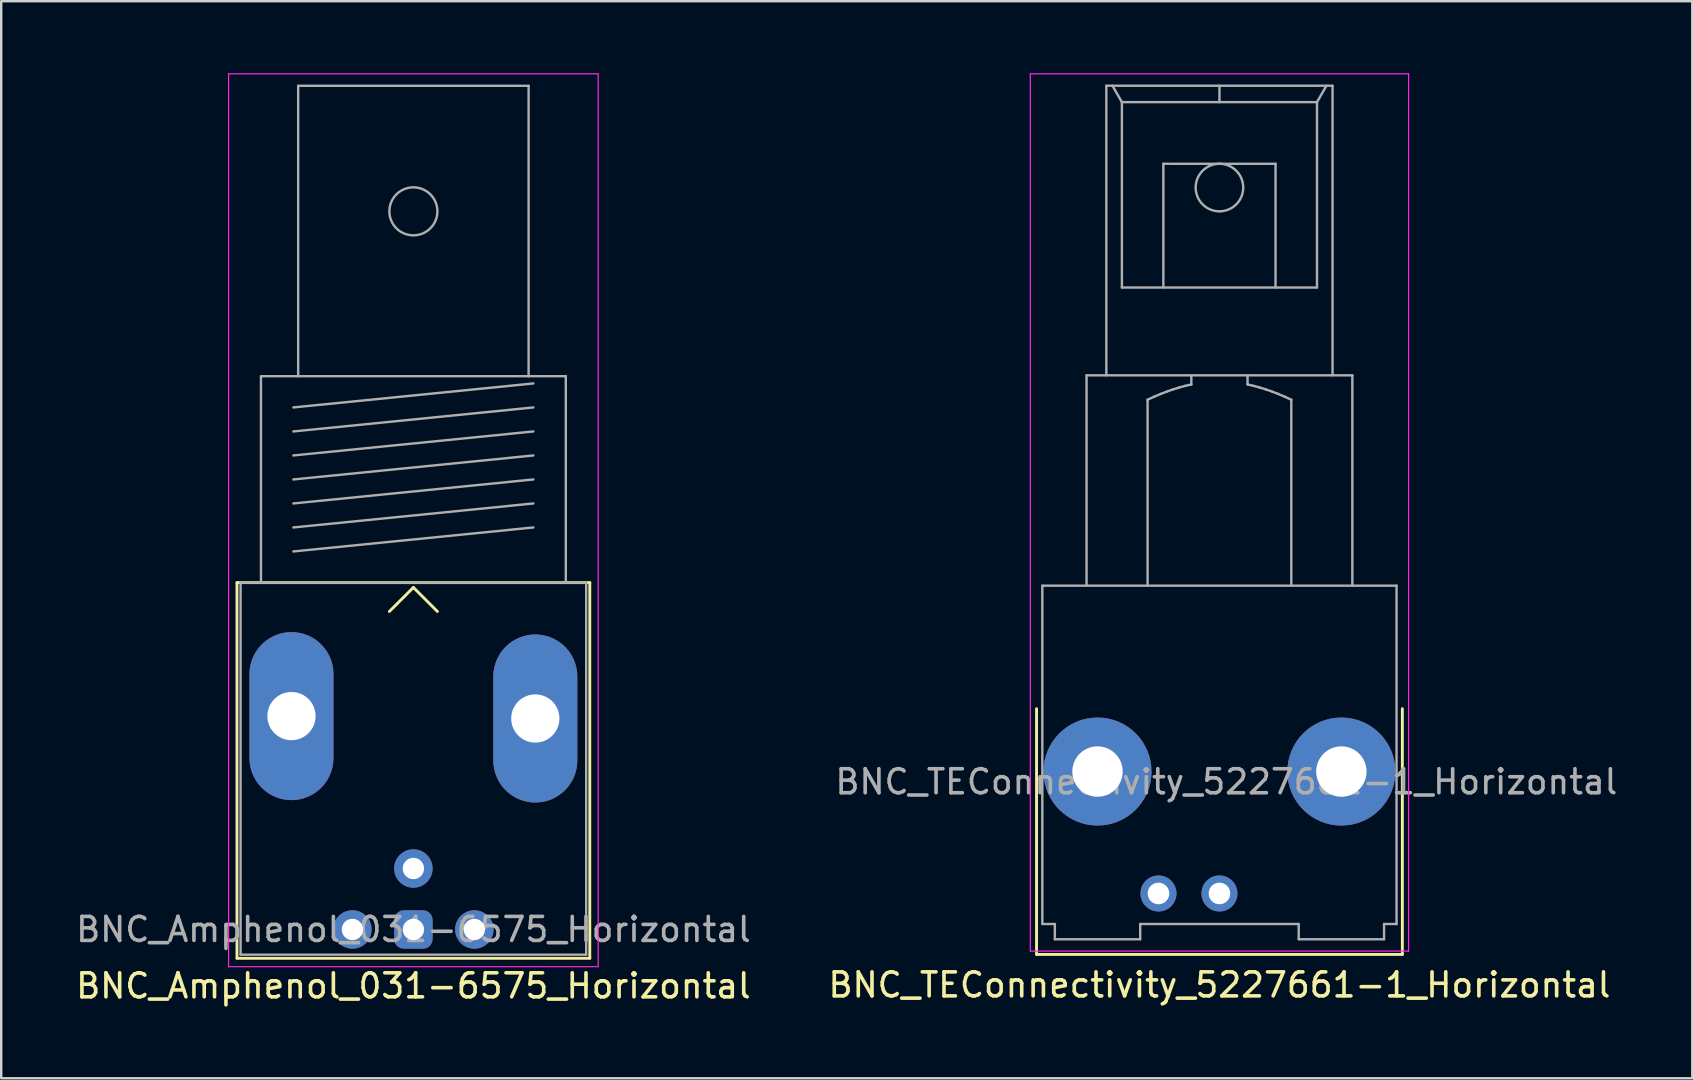
<source format=kicad_pcb>
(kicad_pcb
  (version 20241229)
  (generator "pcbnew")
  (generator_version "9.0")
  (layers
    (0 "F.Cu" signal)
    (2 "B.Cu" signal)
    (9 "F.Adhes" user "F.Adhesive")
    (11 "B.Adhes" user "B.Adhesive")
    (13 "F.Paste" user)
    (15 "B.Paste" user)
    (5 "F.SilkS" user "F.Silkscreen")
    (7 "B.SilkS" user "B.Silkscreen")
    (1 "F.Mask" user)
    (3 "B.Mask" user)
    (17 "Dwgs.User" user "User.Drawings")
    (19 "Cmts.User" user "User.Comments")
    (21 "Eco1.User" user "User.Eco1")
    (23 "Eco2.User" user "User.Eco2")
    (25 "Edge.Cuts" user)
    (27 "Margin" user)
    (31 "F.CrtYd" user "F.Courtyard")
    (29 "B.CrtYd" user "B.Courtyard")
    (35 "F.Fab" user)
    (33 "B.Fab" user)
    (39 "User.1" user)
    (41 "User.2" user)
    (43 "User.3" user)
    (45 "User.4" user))
  (footprint "BNC_TEConnectivity_5227661-1_Horizontal"
    (layer "F.Cu")
    (at 47.756 34.175)
    (property "Reference" "BNC_TEConnectivity_5227661-1_Horizontal" (at 0 3.81 0) (layer "F.SilkS") (effects (font (size 1 1) (thickness 0.15))))
    (attr through_hole)
    (fp_line (start -7.62 -7.7) (end -7.62 2.54) (stroke (width 0.12) (type solid)) (layer "F.SilkS"))
    (fp_line (start -7.62 2.54) (end 7.62 2.54) (stroke (width 0.12) (type solid)) (layer "F.SilkS"))
    (fp_line (start 7.62 2.54) (end 7.62 -7.7) (stroke (width 0.12) (type solid)) (layer "F.SilkS"))
    (fp_line (start -7.88 2.4) (end -7.88 -34.15) (stroke (width 0.05) (type solid)) (layer "F.CrtYd"))
    (fp_line (start 7.88 -34.15) (end -7.88 -34.15) (stroke (width 0.05) (type solid)) (layer "F.CrtYd"))
    (fp_line (start 7.88 2.4) (end -7.88 2.4) (stroke (width 0.05) (type solid)) (layer "F.CrtYd"))
    (fp_line (start 7.88 2.4) (end 7.88 -34.15) (stroke (width 0.05) (type solid)) (layer "F.CrtYd"))
    (fp_line (start -7.379 1.272) (end -7.379 -12.825) (stroke (width 0.1) (type solid)) (layer "F.Fab"))
    (fp_line (start -6.858 1.272) (end -7.379 1.272) (stroke (width 0.1) (type solid)) (layer "F.Fab"))
    (fp_line (start -6.858 1.272) (end -6.858 1.907) (stroke (width 0.1) (type solid)) (layer "F.Fab"))
    (fp_line (start -5.537 -21.588) (end -5.537 -12.825) (stroke (width 0.1) (type solid)) (layer "F.Fab"))
    (fp_line (start -5.537 -21.588) (end 5.537 -21.588) (stroke (width 0.1) (type solid)) (layer "F.Fab"))
    (fp_line (start -4.712 -33.653) (end -4.712 -21.588) (stroke (width 0.1) (type solid)) (layer "F.Fab"))
    (fp_line (start -4.712 -33.653) (end 4.712 -33.653) (stroke (width 0.1) (type solid)) (layer "F.Fab"))
    (fp_line (start -4.458 -33.653) (end -4.064 -32.971) (stroke (width 0.1) (type solid)) (layer "F.Fab"))
    (fp_line (start -4.064 -25.245) (end -4.064 -32.971) (stroke (width 0.1) (type solid)) (layer "F.Fab"))
    (fp_line (start -4.064 -25.245) (end 4.064 -25.245) (stroke (width 0.1) (type solid)) (layer "F.Fab"))
    (fp_line (start -3.302 1.272) (end -3.302 1.907) (stroke (width 0.1) (type solid)) (layer "F.Fab"))
    (fp_line (start -3.302 1.907) (end -6.858 1.907) (stroke (width 0.1) (type solid)) (layer "F.Fab"))
    (fp_line (start -2.994 -20.572) (end -2.994 -12.825) (stroke (width 0.1) (type solid)) (layer "F.Fab"))
    (fp_line (start -2.719 -20.697) (end -2.994 -20.572) (stroke (width 0.1) (type solid)) (layer "F.Fab"))
    (fp_line (start -2.45 -20.811) (end -2.719 -20.697) (stroke (width 0.1) (type solid)) (layer "F.Fab"))
    (fp_line (start -2.337 -30.402) (end 2.337 -30.401) (stroke (width 0.1) (type solid)) (layer "F.Fab"))
    (fp_line (start -2.337 -25.25) (end -2.337 -30.402) (stroke (width 0.1) (type solid)) (layer "F.Fab"))
    (fp_line (start -2.187 -20.913) (end -2.45 -20.811) (stroke (width 0.1) (type solid)) (layer "F.Fab"))
    (fp_line (start -1.929 -21.003) (end -2.187 -20.913) (stroke (width 0.1) (type solid)) (layer "F.Fab"))
    (fp_line (start -1.674 -21.082) (end -1.929 -21.003) (stroke (width 0.1) (type solid)) (layer "F.Fab"))
    (fp_line (start -1.421 -21.15) (end -1.674 -21.082) (stroke (width 0.1) (type solid)) (layer "F.Fab"))
    (fp_line (start -1.171 -21.588) (end -1.171 -21.207) (stroke (width 0.1) (type solid)) (layer "F.Fab"))
    (fp_line (start -1.171 -21.207) (end -1.421 -21.15) (stroke (width 0.1) (type solid)) (layer "F.Fab"))
    (fp_line (start 0 -33.653) (end 0 -32.971) (stroke (width 0.1) (type solid)) (layer "F.Fab"))
    (fp_line (start 1.171 -21.588) (end 1.171 -21.207) (stroke (width 0.1) (type solid)) (layer "F.Fab"))
    (fp_line (start 1.42 -21.15) (end 1.171 -21.207) (stroke (width 0.1) (type solid)) (layer "F.Fab"))
    (fp_line (start 1.671 -21.082) (end 1.42 -21.15) (stroke (width 0.1) (type solid)) (layer "F.Fab"))
    (fp_line (start 1.926 -21.004) (end 1.671 -21.082) (stroke (width 0.1) (type solid)) (layer "F.Fab"))
    (fp_line (start 2.184 -20.914) (end 1.926 -21.004) (stroke (width 0.1) (type solid)) (layer "F.Fab"))
    (fp_line (start 2.337 -25.25) (end 2.337 -30.402) (stroke (width 0.1) (type solid)) (layer "F.Fab"))
    (fp_line (start 2.448 -20.812) (end 2.184 -20.914) (stroke (width 0.1) (type solid)) (layer "F.Fab"))
    (fp_line (start 2.718 -20.698) (end 2.448 -20.812) (stroke (width 0.1) (type solid)) (layer "F.Fab"))
    (fp_line (start 2.994 -20.572) (end 2.718 -20.698) (stroke (width 0.1) (type solid)) (layer "F.Fab"))
    (fp_line (start 2.994 -20.572) (end 2.994 -12.825) (stroke (width 0.1) (type solid)) (layer "F.Fab"))
    (fp_line (start 3.302 1.272) (end -3.302 1.272) (stroke (width 0.1) (type solid)) (layer "F.Fab"))
    (fp_line (start 3.302 1.272) (end 3.302 1.907) (stroke (width 0.1) (type solid)) (layer "F.Fab"))
    (fp_line (start 4.064 -32.971) (end -4.064 -32.971) (stroke (width 0.1) (type solid)) (layer "F.Fab"))
    (fp_line (start 4.064 -32.971) (end 4.458 -33.653) (stroke (width 0.1) (type solid)) (layer "F.Fab"))
    (fp_line (start 4.064 -25.245) (end 4.064 -32.971) (stroke (width 0.1) (type solid)) (layer "F.Fab"))
    (fp_line (start 4.712 -33.653) (end 4.712 -21.588) (stroke (width 0.1) (type solid)) (layer "F.Fab"))
    (fp_line (start 5.537 -21.588) (end 5.537 -12.825) (stroke (width 0.1) (type solid)) (layer "F.Fab"))
    (fp_line (start 6.858 1.272) (end 6.858 1.907) (stroke (width 0.1) (type solid)) (layer "F.Fab"))
    (fp_line (start 6.858 1.907) (end 3.302 1.907) (stroke (width 0.1) (type solid)) (layer "F.Fab"))
    (fp_line (start 7.379 -12.825) (end -7.379 -12.825) (stroke (width 0.1) (type solid)) (layer "F.Fab"))
    (fp_line (start 7.379 -12.825) (end 7.379 1.272) (stroke (width 0.1) (type solid)) (layer "F.Fab"))
    (fp_line (start 7.379 1.272) (end 6.858 1.272) (stroke (width 0.1) (type solid)) (layer "F.Fab"))
    (fp_arc (start 0 -30.401499) (mid 0.990599 -29.4109) (end 0 -28.420301) (stroke (width 0.1) (type solid)) (layer "F.Fab"))
    (fp_arc (start 0 -28.4203) (mid -0.9906 -29.4109) (end 0 -30.4015) (stroke (width 0.1) (type solid)) (layer "F.Fab"))
    (fp_text user "${REFERENCE}" (at 0.288 -4.653 0) (layer "F.Fab") (effects (font (size 1 1) (thickness 0.15))))
    (pad "1" thru_hole circle (at 0 0) (size 1.5 1.5) (drill 0.9) (layers "*.Cu" "*.Mask"))
    (pad "2" thru_hole circle (at -5.08 -5.08) (size 4.5 4.5) (drill 2.1) (layers "*.Cu" "*.Mask"))
    (pad "2" thru_hole circle (at -2.54 0) (size 1.5 1.5) (drill 0.9) (layers "*.Cu" "*.Mask"))
    (pad "2" thru_hole circle (at 5.08 -5.08) (size 4.5 4.5) (drill 2.1) (layers "*.Cu" "*.Mask")))
  (footprint "BNC_Amphenol_031-6575_Horizontal"
    (layer "F.Cu")
    (at 14.173 35.675)
    (property "Reference" "BNC_Amphenol_031-6575_Horizontal" (at 0 2.35 0) (layer "F.SilkS") (effects (font (size 1 1) (thickness 0.15))))
    (attr through_hole)
    (fp_line (start -7.35 -14.45) (end 7.35 -14.45) (stroke (width 0.12) (type solid)) (layer "F.SilkS"))
    (fp_line (start -7.35 1.2) (end -7.35 -14.45) (stroke (width 0.12) (type solid)) (layer "F.SilkS"))
    (fp_line (start 0 -14.25) (end -1 -13.25) (stroke (width 0.12) (type solid)) (layer "F.SilkS"))
    (fp_line (start 0 -14.25) (end 1 -13.25) (stroke (width 0.12) (type solid)) (layer "F.SilkS"))
    (fp_line (start 7.35 -14.45) (end 7.35 1.2) (stroke (width 0.12) (type solid)) (layer "F.SilkS"))
    (fp_line (start 7.35 1.2) (end -7.35 1.2) (stroke (width 0.12) (type solid)) (layer "F.SilkS"))
    (fp_line (start -7.7 1.55) (end -7.7 -35.65) (stroke (width 0.05) (type solid)) (layer "F.CrtYd"))
    (fp_line (start -7.7 1.55) (end 7.7 1.55) (stroke (width 0.05) (type solid)) (layer "F.CrtYd"))
    (fp_line (start 7.7 -35.65) (end -7.7 -35.65) (stroke (width 0.05) (type solid)) (layer "F.CrtYd"))
    (fp_line (start 7.7 1.55) (end 7.7 -35.65) (stroke (width 0.05) (type solid)) (layer "F.CrtYd"))
    (fp_line (start -7.2 -14.45) (end -7.2 1.05) (stroke (width 0.1) (type solid)) (layer "F.Fab"))
    (fp_line (start -7.2 1.05) (end 7.2 1.05) (stroke (width 0.1) (type solid)) (layer "F.Fab"))
    (fp_line (start -6.35 -23.05) (end -6.35 -14.45) (stroke (width 0.1) (type solid)) (layer "F.Fab"))
    (fp_line (start -5 -21.75) (end 5 -22.75) (stroke (width 0.1) (type solid)) (layer "F.Fab"))
    (fp_line (start -5 -20.75) (end 5 -21.75) (stroke (width 0.1) (type solid)) (layer "F.Fab"))
    (fp_line (start -5 -19.75) (end 5 -20.75) (stroke (width 0.1) (type solid)) (layer "F.Fab"))
    (fp_line (start -5 -18.75) (end 5 -19.75) (stroke (width 0.1) (type solid)) (layer "F.Fab"))
    (fp_line (start -5 -17.75) (end 5 -18.75) (stroke (width 0.1) (type solid)) (layer "F.Fab"))
    (fp_line (start -5 -16.75) (end 5 -17.75) (stroke (width 0.1) (type solid)) (layer "F.Fab"))
    (fp_line (start -5 -15.75) (end 5 -16.75) (stroke (width 0.1) (type solid)) (layer "F.Fab"))
    (fp_line (start -4.8 -35.15) (end -4.8 -23.05) (stroke (width 0.1) (type solid)) (layer "F.Fab"))
    (fp_line (start 4.8 -35.15) (end -4.8 -35.15) (stroke (width 0.1) (type solid)) (layer "F.Fab"))
    (fp_line (start 4.8 -23.05) (end 4.8 -35.15) (stroke (width 0.1) (type solid)) (layer "F.Fab"))
    (fp_line (start 6.35 -23.05) (end -6.35 -23.05) (stroke (width 0.1) (type solid)) (layer "F.Fab"))
    (fp_line (start 6.35 -14.45) (end 6.35 -23.05) (stroke (width 0.1) (type solid)) (layer "F.Fab"))
    (fp_line (start 7.2 -14.45) (end -7.2 -14.45) (stroke (width 0.1) (type solid)) (layer "F.Fab"))
    (fp_line (start 7.2 1.05) (end 7.2 -14.45) (stroke (width 0.1) (type solid)) (layer "F.Fab"))
    (fp_circle (center 0 -29.92) (end 1 -29.92) (stroke (width 0.1) (type solid)) (fill no) (layer "F.Fab"))
    (fp_text user "${REFERENCE}" (at 0 0 0) (layer "F.Fab") (effects (font (size 1 1) (thickness 0.15))))
    (pad "" thru_hole oval (at -5.08 -8.89) (size 3.5 7) (drill 2.01) (layers "*.Cu" "*.Mask"))
    (pad "" thru_hole oval (at 5.08 -8.79) (size 3.5 7) (drill 2.01) (layers "*.Cu" "*.Mask"))
    (pad "1" thru_hole roundrect (at 0 0) (size 1.6 1.6) (drill 0.89) (layers "*.Cu" "*.Mask") (roundrect_rratio 0.25))
    (pad "2" thru_hole circle (at -2.54 0) (size 1.6 1.6) (drill 0.89) (layers "*.Cu" "*.Mask"))
    (pad "3" thru_hole circle (at 0 -2.54) (size 1.6 1.6) (drill 0.89) (layers "*.Cu" "*.Mask"))
    (pad "4" thru_hole circle (at 2.54 0) (size 1.6 1.6) (drill 0.89) (layers "*.Cu" "*.Mask")))
  (gr_rect
    (start -3 -3)
    (end 67.455 41.873)
    (stroke (width 0.1) (type default))
    (fill no)
    (layer "Edge.Cuts")))
</source>
